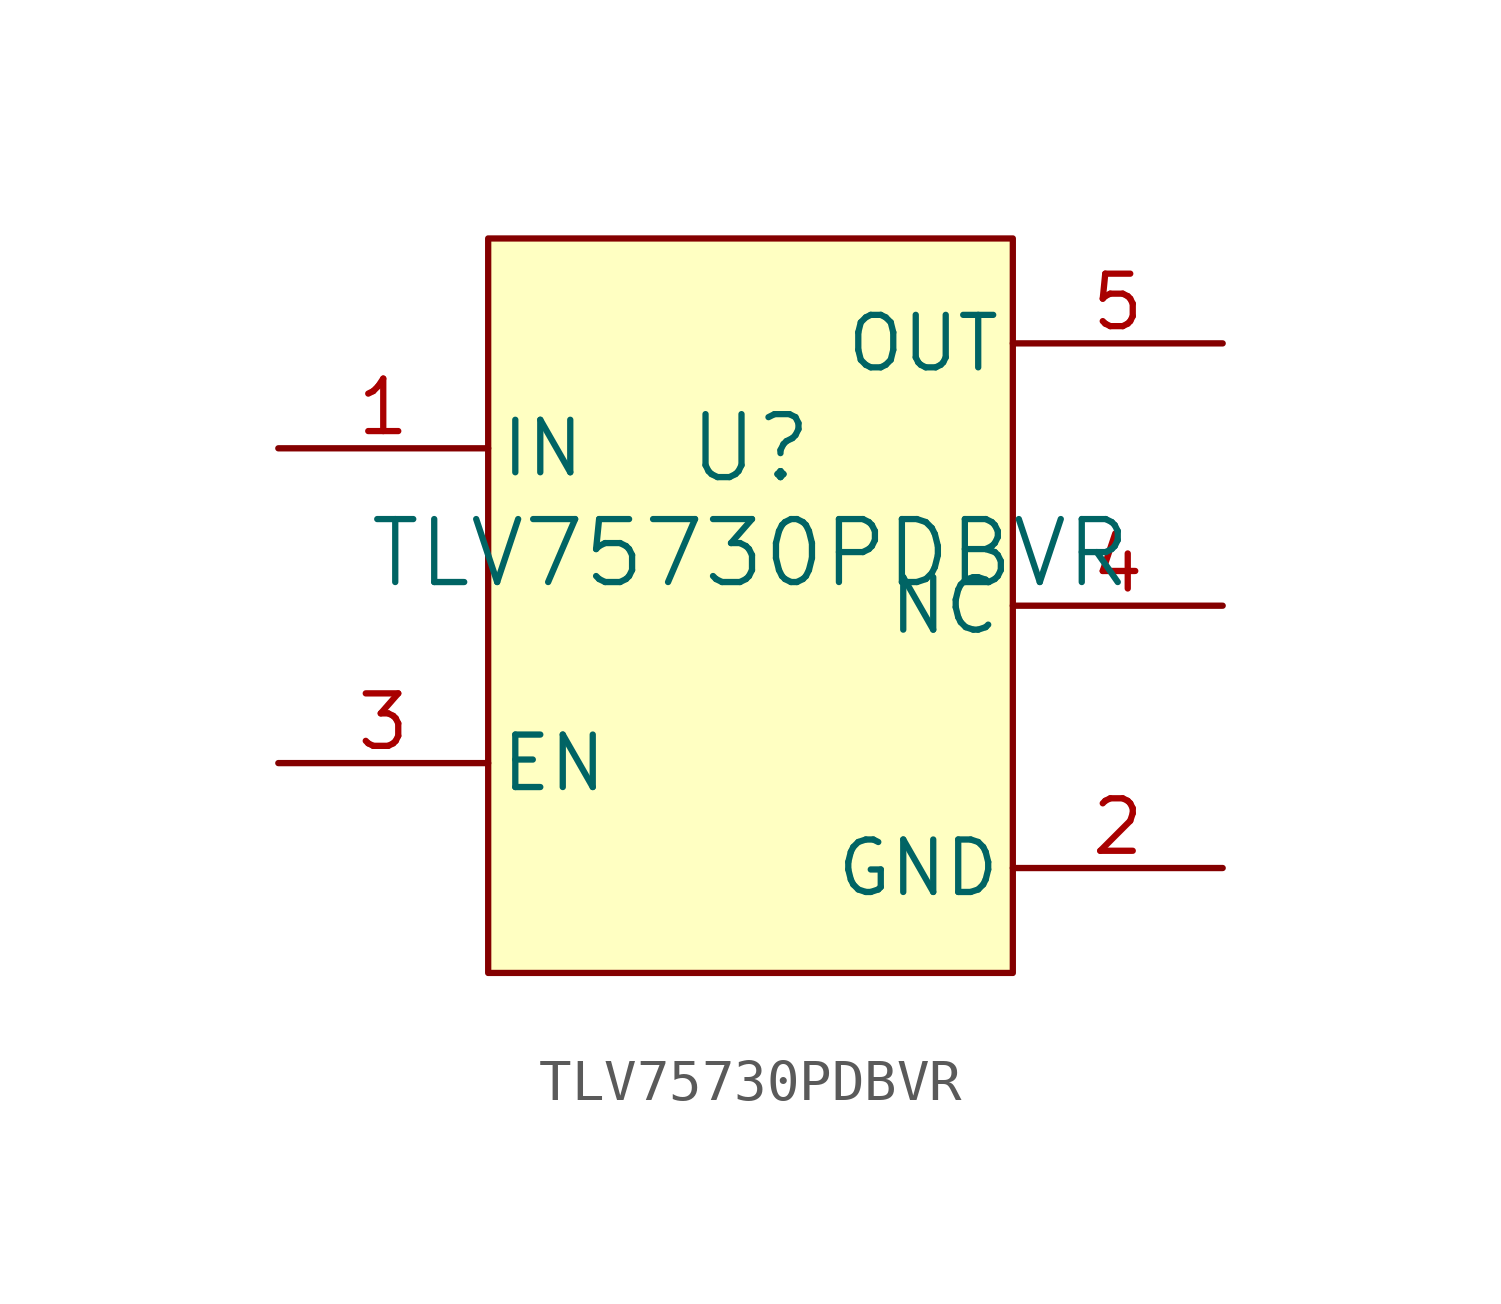
<source format=kicad_sym>
(kicad_symbol_lib
  (version 20231120)
  (generator "kicad_symbol_editor")
  (generator_version "8.0")
  (symbol "TLV75730PDBVR"
    (pin_names
      (offset 0.254))
    (property "Reference" "U"
      (at 0 2.54 0)
      (effects (font (size 1.524 1.524))))
    (property "Value" "TLV75730PDBVR"
      (at 0 0 0)
      (effects (font (size 1.524 1.524))))
    (property "ki_locked" ""
      (at 0 0 0)
      (effects (font (size 1.27 1.27))))
    (symbol "TLV75730PDBVR_0_1"
      (pin power_in line (at -11.43 2.54 0) (length 5.08) (name "IN" (effects (font (size 1.27 1.27)))) (number "1" (effects (font (size 1.27 1.27)))))
      (pin power_in line (at 11.43 -7.62 180) (length 5.08) (name "GND" (effects (font (size 1.27 1.27)))) (number "2" (effects (font (size 1.27 1.27)))))
      (pin input line (at -11.43 -5.08 0) (length 5.08) (name "EN" (effects (font (size 1.27 1.27)))) (number "3" (effects (font (size 1.27 1.27)))))
      (pin unspecified line (at 11.43 -1.27 180) (length 5.08) (name "NC" (effects (font (size 1.27 1.27)))) (number "4" (effects (font (size 1.27 1.27)))))
      (pin power_in line (at 11.43 5.08 180) (length 5.08) (name "OUT" (effects (font (size 1.27 1.27)))) (number "5" (effects (font (size 1.27 1.27))))))
    (symbol "TLV75730PDBVR_1_1"
      (rectangle (start -6.35 7.62) (end 6.35 -10.16) (stroke (width 0) (type default)) (fill (type background))))))
</source>
